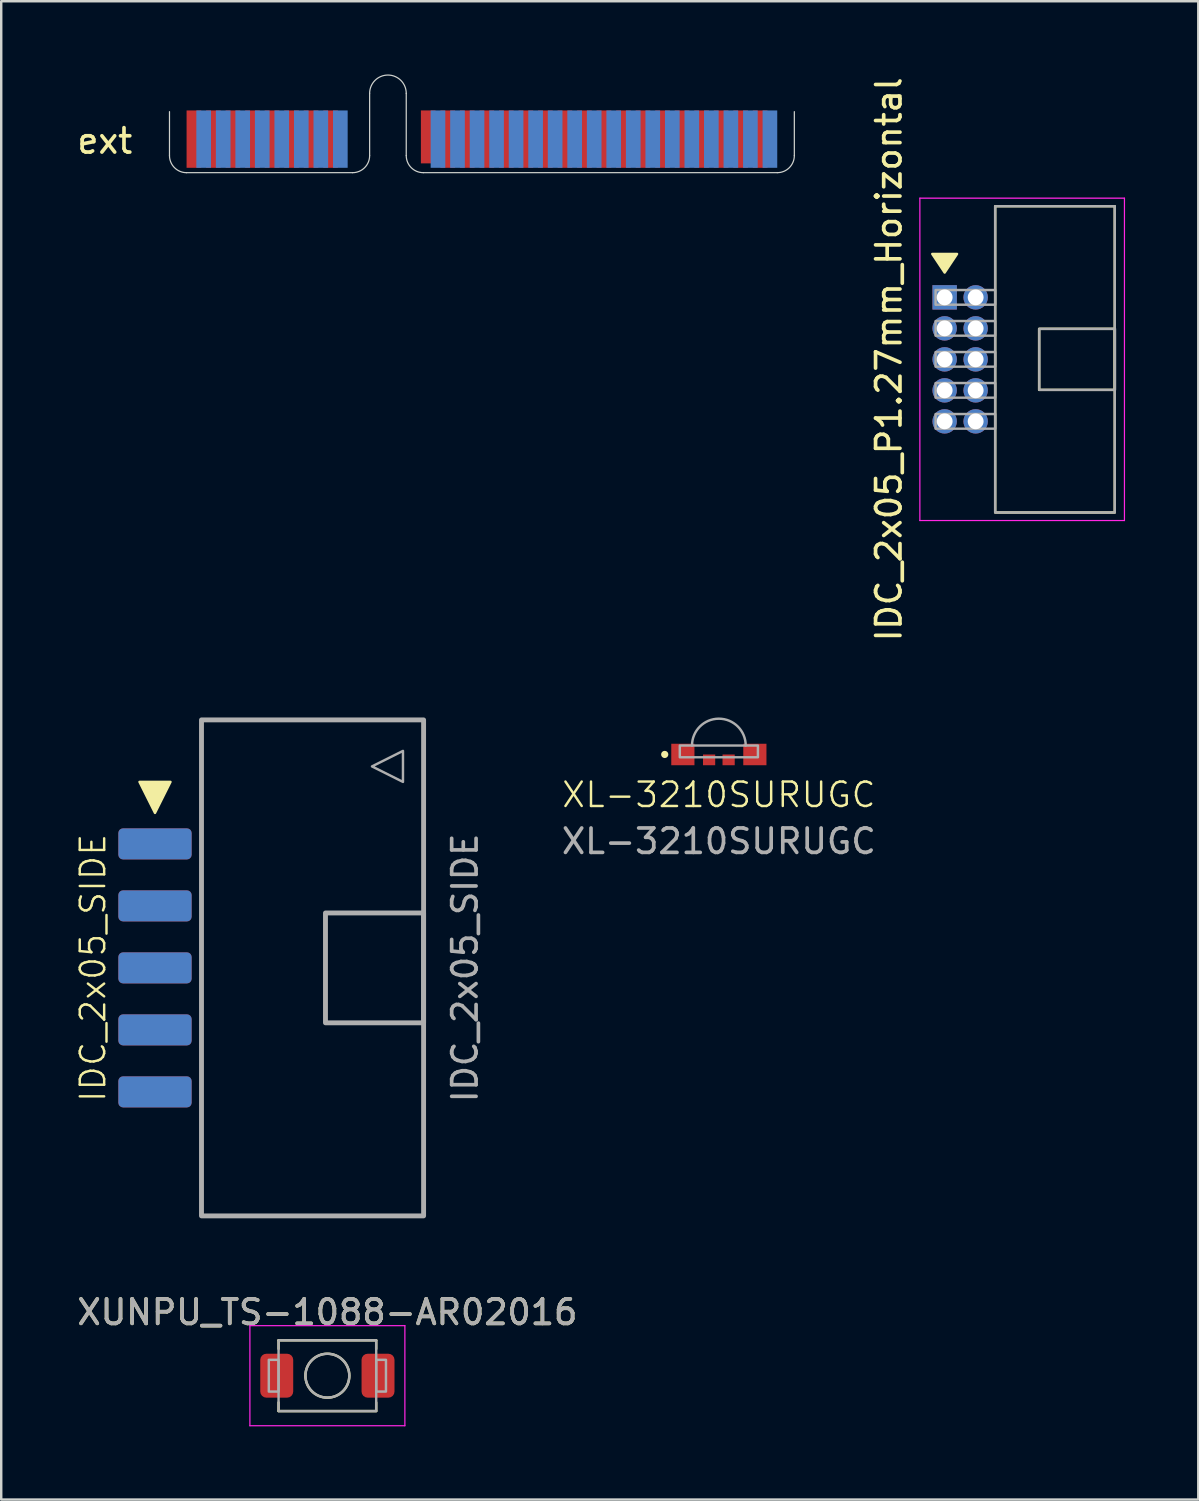
<source format=kicad_pcb>
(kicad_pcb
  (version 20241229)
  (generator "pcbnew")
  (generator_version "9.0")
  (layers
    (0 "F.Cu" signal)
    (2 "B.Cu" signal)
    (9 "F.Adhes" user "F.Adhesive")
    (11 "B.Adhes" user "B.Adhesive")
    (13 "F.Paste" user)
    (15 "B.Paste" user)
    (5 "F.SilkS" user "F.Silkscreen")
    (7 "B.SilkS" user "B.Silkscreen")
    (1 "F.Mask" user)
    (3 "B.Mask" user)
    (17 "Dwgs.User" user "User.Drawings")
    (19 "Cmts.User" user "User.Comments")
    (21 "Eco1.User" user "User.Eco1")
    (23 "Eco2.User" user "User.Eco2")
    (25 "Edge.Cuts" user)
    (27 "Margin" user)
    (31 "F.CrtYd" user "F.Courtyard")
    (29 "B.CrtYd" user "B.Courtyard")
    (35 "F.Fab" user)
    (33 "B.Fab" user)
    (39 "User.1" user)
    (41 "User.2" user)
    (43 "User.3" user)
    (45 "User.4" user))
  (footprint "ext"
    (layer "F.Cu")
    (at 12.844 4.025)
    (property "Reference" "ext" (at -11.6 -1.3 180) (layer "F.SilkS") (effects (font (size 1 1) (thickness 0.15))))
    (attr through_hole allow_soldermask_bridges)
    (fp_line (start -8.95 -0.7) (end -8.95 -2.5) (stroke (width 0.05) (type solid)) (layer "Edge.Cuts"))
    (fp_line (start -1.45 0) (end -8.25 0) (stroke (width 0.05) (type solid)) (layer "Edge.Cuts"))
    (fp_line (start -0.75 -0.7) (end -0.75 -3.25) (stroke (width 0.05) (type solid)) (layer "Edge.Cuts"))
    (fp_line (start 0.75 -0.7) (end 0.75 -3.25) (stroke (width 0.05) (type solid)) (layer "Edge.Cuts"))
    (fp_line (start 1.45 0) (end 15.95 0) (stroke (width 0.05) (type solid)) (layer "Edge.Cuts"))
    (fp_line (start 16.65 -0.7) (end 16.65 -2.5) (stroke (width 0.05) (type solid)) (layer "Edge.Cuts"))
    (fp_arc (start -8.25 0) (mid -8.744975 -0.205025) (end -8.95 -0.7) (stroke (width 0.05) (type default)) (layer "Edge.Cuts"))
    (fp_arc (start -0.75 -3.25) (mid 0 -4) (end 0.75 -3.25) (stroke (width 0.05) (type solid)) (layer "Edge.Cuts"))
    (fp_arc (start -0.75 -0.7) (mid -0.955025 -0.205025) (end -1.45 0) (stroke (width 0.05) (type default)) (layer "Edge.Cuts"))
    (fp_arc (start 1.45 0) (mid 0.955025 -0.205025) (end 0.75 -0.7) (stroke (width 0.05) (type default)) (layer "Edge.Cuts"))
    (fp_arc (start 16.65 -0.7) (mid 16.444975 -0.205025) (end 15.95 0) (stroke (width 0.05) (type default)) (layer "Edge.Cuts"))
    (pad "1" smd rect (at -7.95 -1.375) (size 0.6 2.35) (layers "F.Cu" "F.Mask"))
    (pad "2" smd rect (at -7.55 -1.375) (size 0.6 2.35) (layers "B.Cu" "B.Mask"))
    (pad "3" smd rect (at -7.15 -1.375) (size 0.6 2.35) (layers "F.Cu" "F.Mask"))
    (pad "4" smd rect (at -6.75 -1.375) (size 0.6 2.35) (layers "B.Cu" "B.Mask"))
    (pad "5" smd rect (at -6.35 -1.375) (size 0.6 2.35) (layers "F.Cu" "F.Mask"))
    (pad "6" smd rect (at -5.95 -1.375) (size 0.6 2.35) (layers "B.Cu" "B.Mask"))
    (pad "7" smd rect (at -5.55 -1.375) (size 0.6 2.35) (layers "F.Cu" "F.Mask"))
    (pad "8" smd rect (at -5.15 -1.375) (size 0.6 2.35) (layers "B.Cu" "B.Mask"))
    (pad "9" smd rect (at -4.75 -1.375) (size 0.6 2.35) (layers "F.Cu" "F.Mask"))
    (pad "10" smd rect (at -4.35 -1.375) (size 0.6 2.35) (layers "B.Cu" "B.Mask"))
    (pad "11" smd rect (at -3.95 -1.375) (size 0.6 2.35) (layers "F.Cu" "F.Mask"))
    (pad "12" smd rect (at -3.55 -1.375) (size 0.6 2.35) (layers "B.Cu" "B.Mask"))
    (pad "13" smd rect (at -3.15 -1.375) (size 0.6 2.35) (layers "F.Cu" "F.Mask"))
    (pad "14" smd rect (at -2.75 -1.375) (size 0.6 2.35) (layers "B.Cu" "B.Mask"))
    (pad "15" smd rect (at -2.35 -1.375) (size 0.6 2.35) (layers "F.Cu" "F.Mask"))
    (pad "16" smd rect (at -1.95 -1.375) (size 0.6 2.35) (layers "B.Cu" "B.Mask"))
    (pad "17" smd rect (at 1.65 -1.466) (size 0.6 2.169) (layers "F.Cu" "F.Mask"))
    (pad "18" smd rect (at 2.05 -1.375) (size 0.6 2.35) (layers "B.Cu" "B.Mask"))
    (pad "19" smd rect (at 2.45 -1.375) (size 0.6 2.35) (layers "F.Cu" "F.Mask"))
    (pad "20" smd rect (at 2.85 -1.375) (size 0.6 2.35) (layers "B.Cu" "B.Mask"))
    (pad "21" smd rect (at 3.25 -1.375) (size 0.6 2.35) (layers "F.Cu" "F.Mask"))
    (pad "22" smd rect (at 3.65 -1.375) (size 0.6 2.35) (layers "B.Cu" "B.Mask"))
    (pad "23" smd rect (at 4.05 -1.375) (size 0.6 2.35) (layers "F.Cu" "F.Mask"))
    (pad "24" smd rect (at 4.45 -1.375) (size 0.6 2.35) (layers "B.Cu" "B.Mask"))
    (pad "25" smd rect (at 4.85 -1.375) (size 0.6 2.35) (layers "F.Cu" "F.Mask"))
    (pad "26" smd rect (at 5.25 -1.375) (size 0.6 2.35) (layers "B.Cu" "B.Mask"))
    (pad "27" smd rect (at 5.65 -1.375) (size 0.6 2.35) (layers "F.Cu" "F.Mask"))
    (pad "28" smd rect (at 6.05 -1.375) (size 0.6 2.35) (layers "B.Cu" "B.Mask"))
    (pad "29" smd rect (at 6.45 -1.375) (size 0.6 2.35) (layers "F.Cu" "F.Mask"))
    (pad "30" smd rect (at 6.85 -1.375) (size 0.6 2.35) (layers "B.Cu" "B.Mask"))
    (pad "31" smd rect (at 7.25 -1.375) (size 0.6 2.35) (layers "F.Cu" "F.Mask"))
    (pad "32" smd rect (at 7.65 -1.375) (size 0.6 2.35) (layers "B.Cu" "B.Mask"))
    (pad "33" smd rect (at 8.05 -1.375) (size 0.6 2.35) (layers "F.Cu" "F.Mask"))
    (pad "34" smd rect (at 8.45 -1.375) (size 0.6 2.35) (layers "B.Cu" "B.Mask"))
    (pad "35" smd rect (at 8.85 -1.375) (size 0.6 2.35) (layers "F.Cu" "F.Mask"))
    (pad "36" smd rect (at 9.25 -1.375) (size 0.6 2.35) (layers "B.Cu" "B.Mask"))
    (pad "37" smd rect (at 9.65 -1.375) (size 0.6 2.35) (layers "F.Cu" "F.Mask"))
    (pad "38" smd rect (at 10.05 -1.375) (size 0.6 2.35) (layers "B.Cu" "B.Mask"))
    (pad "39" smd rect (at 10.45 -1.375) (size 0.6 2.35) (layers "F.Cu" "F.Mask"))
    (pad "40" smd rect (at 10.85 -1.375) (size 0.6 2.35) (layers "B.Cu" "B.Mask"))
    (pad "41" smd rect (at 11.25 -1.375) (size 0.6 2.35) (layers "F.Cu" "F.Mask"))
    (pad "42" smd rect (at 11.65 -1.375) (size 0.6 2.35) (layers "B.Cu" "B.Mask"))
    (pad "43" smd rect (at 12.05 -1.375) (size 0.6 2.35) (layers "F.Cu" "F.Mask"))
    (pad "44" smd rect (at 12.45 -1.375) (size 0.6 2.35) (layers "B.Cu" "B.Mask"))
    (pad "45" smd rect (at 12.85 -1.375) (size 0.6 2.35) (layers "F.Cu" "F.Mask"))
    (pad "46" smd rect (at 13.25 -1.375) (size 0.6 2.35) (layers "B.Cu" "B.Mask"))
    (pad "47" smd rect (at 13.65 -1.375) (size 0.6 2.35) (layers "F.Cu" "F.Mask"))
    (pad "48" smd rect (at 14.05 -1.375) (size 0.6 2.35) (layers "B.Cu" "B.Mask"))
    (pad "49" smd rect (at 14.45 -1.375) (size 0.6 2.35) (layers "F.Cu" "F.Mask"))
    (pad "50" smd rect (at 14.85 -1.375) (size 0.6 2.35) (layers "B.Cu" "B.Mask"))
    (pad "51" smd rect (at 15.25 -1.375) (size 0.6 2.35) (layers "F.Cu" "F.Mask"))
    (pad "52" smd rect (at 15.65 -1.375) (size 0.6 2.35) (layers "B.Cu" "B.Mask")))
  (footprint "XUNPU_TS-1088-AR02016"
    (layer "F.Cu")
    (at 10.363 53.313)
    (property "Reference" "XUNPU_TS-1088-AR02016" (at 0 -2.6 0) (layer "F.SilkS") (effects (font (size 1 1) (thickness 0.15))))
    (attr smd)
    (fp_line (start -2 -1.45) (end -2 -1.1) (stroke (width 0.1) (type solid)) (layer "F.SilkS"))
    (fp_line (start -2 -1.45) (end 2 -1.45) (stroke (width 0.1) (type solid)) (layer "F.SilkS"))
    (fp_line (start -2 1.095) (end -2 1.445) (stroke (width 0.1) (type solid)) (layer "F.SilkS"))
    (fp_line (start -2 1.45) (end 2 1.45) (stroke (width 0.1) (type solid)) (layer "F.SilkS"))
    (fp_line (start 2 -1.445) (end 2 -1.095) (stroke (width 0.1) (type solid)) (layer "F.SilkS"))
    (fp_line (start 2 1.095) (end 2 1.445) (stroke (width 0.1) (type solid)) (layer "F.SilkS"))
    (fp_circle (center 0 0) (end 0.9 0) (stroke (width 0.1) (type solid)) (fill no) (layer "F.SilkS"))
    (fp_line (start -3.175 -2.05) (end 3.175 -2.05) (stroke (width 0.05) (type solid)) (layer "F.CrtYd"))
    (fp_line (start -3.175 2.05) (end -3.175 -2.05) (stroke (width 0.05) (type solid)) (layer "F.CrtYd"))
    (fp_line (start 3.175 -2.05) (end 3.175 2.05) (stroke (width 0.05) (type solid)) (layer "F.CrtYd"))
    (fp_line (start 3.175 2.05) (end -3.175 2.05) (stroke (width 0.05) (type solid)) (layer "F.CrtYd"))
    (fp_rect (start -2.4 -0.65) (end -2 0.65) (stroke (width 0.1) (type solid)) (fill no) (layer "F.Fab"))
    (fp_rect (start -2 -1.45) (end 2 1.45) (stroke (width 0.1) (type solid)) (fill no) (layer "F.Fab"))
    (fp_rect (start 2 -0.65) (end 2.4 0.65) (stroke (width 0.1) (type solid)) (fill no) (layer "F.Fab"))
    (fp_circle (center 0 0) (end 0.635 0.635) (stroke (width 0.1) (type default)) (fill no) (layer "F.Fab"))
    (fp_text user "${REFERENCE}" (at 0 -2.6 0) (layer "F.Fab") (effects (font (size 1 1) (thickness 0.15))))
    (pad "1" smd roundrect (at -2.075 0) (size 1.35 1.8) (layers "F.Cu" "F.Mask" "F.Paste") (roundrect_rratio 0.185))
    (pad "2" smd roundrect (at 2.075 0) (size 1.35 1.8) (layers "F.Cu" "F.Mask" "F.Paste") (roundrect_rratio 0.185)))
  (footprint "IDC_2x05_P1.27mm_Horizontal"
    (layer "F.Cu")
    (at 35.653 11.673)
    (property "Reference" "IDC_2x05_P1.27mm_Horizontal" (at -2.286 0 90) (layer "F.SilkS") (effects (font (size 1 1) (thickness 0.15))))
    (attr through_hole)
    (fp_rect (start 2.07 -6.275) (end 6.97 6.275) (stroke (width 0.1) (type solid)) (fill no) (layer "F.SilkS"))
    (fp_rect (start 3.87 -1.25) (end 6.97 1.25) (stroke (width 0.1) (type solid)) (fill no) (layer "F.SilkS"))
    (fp_poly (pts (xy -0.508 -4.318) (xy 0 -3.556) (xy 0.508 -4.318)) (stroke (width 0.1) (type solid)) (fill yes) (layer "F.SilkS"))
    (fp_line (start -1.016 -6.604) (end -1.016 6.604) (stroke (width 0.05) (type solid)) (layer "F.CrtYd"))
    (fp_line (start -1.016 6.604) (end 7.366 6.604) (stroke (width 0.05) (type solid)) (layer "F.CrtYd"))
    (fp_line (start 7.366 -6.604) (end -1.016 -6.604) (stroke (width 0.05) (type solid)) (layer "F.CrtYd"))
    (fp_line (start 7.366 6.604) (end 7.366 -6.604) (stroke (width 0.05) (type solid)) (layer "F.CrtYd"))
    (fp_rect (start -0.371 -2.84) (end 2.07 -2.24) (stroke (width 0.1) (type solid)) (fill no) (layer "F.Fab"))
    (fp_rect (start -0.371 -1.57) (end 2.07 -0.97) (stroke (width 0.1) (type solid)) (fill no) (layer "F.Fab"))
    (fp_rect (start -0.371 -0.3) (end 2.07 0.3) (stroke (width 0.1) (type solid)) (fill no) (layer "F.Fab"))
    (fp_rect (start -0.371 0.97) (end 2.07 1.57) (stroke (width 0.1) (type solid)) (fill no) (layer "F.Fab"))
    (fp_rect (start -0.371 2.24) (end 2.07 2.84) (stroke (width 0.1) (type solid)) (fill no) (layer "F.Fab"))
    (fp_rect (start 2.07 -6.275) (end 6.97 6.275) (stroke (width 0.1) (type solid)) (fill no) (layer "F.Fab"))
    (fp_rect (start 3.878 -1.25) (end 6.978 1.25) (stroke (width 0.1) (type solid)) (fill no) (layer "F.Fab"))
    (pad "1" thru_hole rect (at 0 -2.54) (size 1 1) (drill 0.65) (layers "*.Cu" "*.Mask"))
    (pad "2" thru_hole oval (at 1.27 -2.54) (size 1 1) (drill 0.65) (layers "*.Cu" "*.Mask"))
    (pad "3" thru_hole oval (at 0 -1.27) (size 1 1) (drill 0.65) (layers "*.Cu" "*.Mask"))
    (pad "4" thru_hole oval (at 1.27 -1.27) (size 1 1) (drill 0.65) (layers "*.Cu" "*.Mask"))
    (pad "5" thru_hole oval (at 0 0) (size 1 1) (drill 0.65) (layers "*.Cu" "*.Mask"))
    (pad "6" thru_hole oval (at 1.27 0) (size 1 1) (drill 0.65) (layers "*.Cu" "*.Mask"))
    (pad "7" thru_hole oval (at 0 1.27) (size 1 1) (drill 0.65) (layers "*.Cu" "*.Mask"))
    (pad "8" thru_hole oval (at 1.27 1.27) (size 1 1) (drill 0.65) (layers "*.Cu" "*.Mask"))
    (pad "9" thru_hole oval (at 0 2.54) (size 1 1) (drill 0.65) (layers "*.Cu" "*.Mask"))
    (pad "10" thru_hole oval (at 1.27 2.54) (size 1 1) (drill 0.65) (layers "*.Cu" "*.Mask")))
  (footprint "IDC_2x05_SIDE"
    (layer "F.Cu")
    (at 3.3 36.605)
    (property "Reference" "IDC_2x05_SIDE" (at -2.54 0 90) (unlocked yes) (layer "F.SilkS") (effects (font (size 1 1) (thickness 0.1))))
    (attr smd exclude_from_bom)
    (fp_poly (pts (xy -0.635 -7.62) (xy 0 -6.35) (xy 0.635 -7.62)) (stroke (width 0.1) (type solid)) (fill yes) (layer "F.SilkS"))
    (fp_rect (start 1.905 -10.16) (end 11.005 10.16) (stroke (width 0.2) (type solid)) (fill no) (layer "F.Fab"))
    (fp_rect (start 6.985 -2.25) (end 11.005 2.25) (stroke (width 0.2) (type solid)) (fill no) (layer "F.Fab"))
    (fp_poly (pts (xy 10.16 -8.89) (xy 8.89 -8.255) (xy 10.16 -7.62)) (stroke (width 0.1) (type solid)) (fill no) (layer "F.Fab"))
    (fp_text user "${REFERENCE}" (at 12.7 0 90) (unlocked yes) (layer "F.Fab") (effects (font (size 1 1) (thickness 0.15))))
    (pad "1" smd roundrect (at 0 -5.08) (size 3 1.27) (layers "F.Cu" "F.Mask" "F.Paste") (roundrect_rratio 0.15))
    (pad "2" smd roundrect (at 0 -5.08) (size 3 1.27) (layers "B.Cu" "B.Mask" "B.Paste") (roundrect_rratio 0.15))
    (pad "3" smd roundrect (at 0 -2.54) (size 3 1.27) (layers "F.Cu" "F.Mask" "F.Paste") (roundrect_rratio 0.15))
    (pad "4" smd roundrect (at 0 -2.54) (size 3 1.27) (layers "B.Cu" "B.Mask" "B.Paste") (roundrect_rratio 0.15))
    (pad "5" smd roundrect (at 0 0) (size 3 1.27) (layers "F.Cu" "F.Mask" "F.Paste") (roundrect_rratio 0.15))
    (pad "6" smd roundrect (at 0 0) (size 3 1.27) (layers "B.Cu" "B.Mask" "B.Paste") (roundrect_rratio 0.15))
    (pad "7" smd roundrect (at 0 2.54) (size 3 1.27) (layers "F.Cu" "F.Mask" "F.Paste") (roundrect_rratio 0.15))
    (pad "8" smd roundrect (at 0 2.54) (size 3 1.27) (layers "B.Cu" "B.Mask" "B.Paste") (roundrect_rratio 0.15))
    (pad "9" smd roundrect (at 0 5.08) (size 3 1.27) (layers "F.Cu" "F.Mask" "F.Paste") (roundrect_rratio 0.15))
    (pad "10" smd roundrect (at 0 5.08) (size 3 1.27) (layers "B.Cu" "B.Mask" "B.Paste") (roundrect_rratio 0.15)))
  (footprint "XL-3210SURUGC"
    (layer "F.Cu")
    (at 26.402 27.862)
    (property "Reference" "XL-3210SURUGC" (at 0 1.651 0) (unlocked yes) (layer "F.SilkS") (effects (font (size 1 1) (thickness 0.1))))
    (attr smd exclude_from_bom)
    (fp_circle (center -2.218 -0.002) (end -2.259 0.087) (stroke (width 0.1) (type solid)) (fill yes) (layer "F.SilkS"))
    (fp_rect (start -1.6 -0.367) (end 1.6 0.113) (stroke (width 0.1) (type solid)) (fill no) (layer "F.Fab"))
    (fp_arc (start -1.1 -0.367) (mid 0 -1.467) (end 1.1 -0.367) (stroke (width 0.1) (type solid)) (layer "F.Fab"))
    (fp_text user "${REFERENCE}" (at 0 3.556 0) (unlocked yes) (layer "F.Fab") (effects (font (size 1 1) (thickness 0.15))))
    (pad "1" smd rect (at 0.4 0.22) (size 0.5 0.44) (layers "F.Cu" "F.Mask" "F.Paste"))
    (pad "2" smd rect (at -0.4 0.22) (size 0.5 0.44) (layers "F.Cu" "F.Mask" "F.Paste"))
    (pad "3" smd rect (at 1.475 0) (size 0.95 0.88) (layers "F.Cu" "F.Mask" "F.Paste"))
    (pad "4" smd rect (at -1.475 0) (size 0.95 0.88) (layers "F.Cu" "F.Mask" "F.Paste")))
  (gr_rect
    (start -3 -3)
    (end 46.044 58.388)
    (stroke (width 0.1) (type default))
    (fill no)
    (layer "Edge.Cuts")))
</source>
